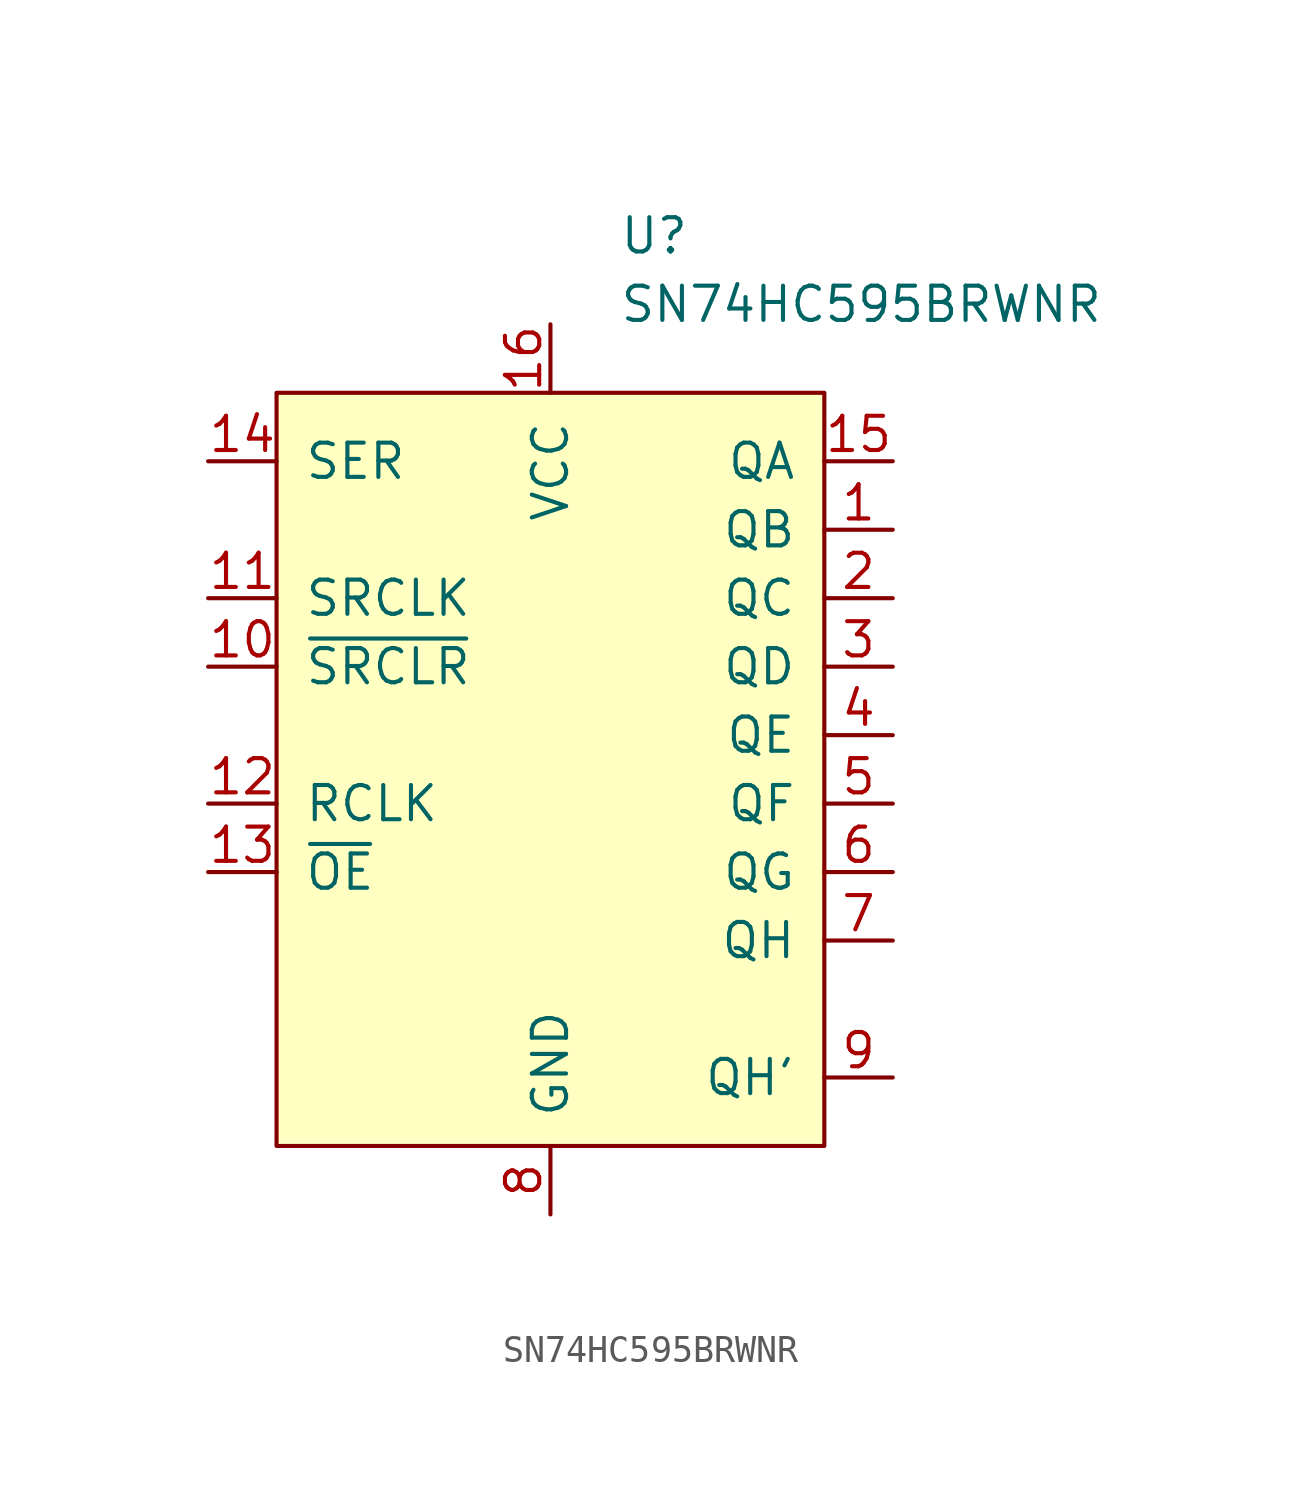
<source format=kicad_sym>
(kicad_symbol_lib
  (version 20220914)
  (generator kicad_symbol_editor)
  (symbol "SN74HC595BRWNR"
    (pin_names
      (offset 1.016))
    (property "Reference" "U"
      (at 2.54 5.08 0)
      (effects (font (size 1.27 1.27)) (justify left bottom)))
    (property "Value" "SN74HC595BRWNR"
      (at 2.54 2.54 0)
      (effects (font (size 1.27 1.27)) (justify left bottom)))
    (symbol "SN74HC595BRWNR_0_1"
      (rectangle (start -10.16 0) (end 10.16 -27.94) (stroke (width 0) (type solid)) (fill (type background))))
    (symbol "SN74HC595BRWNR_1_1"
      (pin output line (at 12.7 -5.08 180) (length 2.54) (name "QB" (effects (font (size 1.27 1.27)))) (number "1" (effects (font (size 1.27 1.27)))))
      (pin input line (at -12.7 -10.16 0) (length 2.54) (name "~{SRCLR}" (effects (font (size 1.27 1.27)))) (number "10" (effects (font (size 1.27 1.27)))))
      (pin input line (at -12.7 -7.62 0) (length 2.54) (name "SRCLK" (effects (font (size 1.27 1.27)))) (number "11" (effects (font (size 1.27 1.27)))))
      (pin input line (at -12.7 -15.24 0) (length 2.54) (name "RCLK" (effects (font (size 1.27 1.27)))) (number "12" (effects (font (size 1.27 1.27)))))
      (pin input line (at -12.7 -17.78 0) (length 2.54) (name "~{OE}" (effects (font (size 1.27 1.27)))) (number "13" (effects (font (size 1.27 1.27)))))
      (pin input line (at -12.7 -2.54 0) (length 2.54) (name "SER" (effects (font (size 1.27 1.27)))) (number "14" (effects (font (size 1.27 1.27)))))
      (pin output line (at 12.7 -2.54 180) (length 2.54) (name "QA" (effects (font (size 1.27 1.27)))) (number "15" (effects (font (size 1.27 1.27)))))
      (pin power_in line (at 0 2.54 270) (length 2.54) (name "VCC" (effects (font (size 1.27 1.27)))) (number "16" (effects (font (size 1.27 1.27)))))
      (pin output line (at 12.7 -7.62 180) (length 2.54) (name "QC" (effects (font (size 1.27 1.27)))) (number "2" (effects (font (size 1.27 1.27)))))
      (pin output line (at 12.7 -10.16 180) (length 2.54) (name "QD" (effects (font (size 1.27 1.27)))) (number "3" (effects (font (size 1.27 1.27)))))
      (pin output line (at 12.7 -12.7 180) (length 2.54) (name "QE" (effects (font (size 1.27 1.27)))) (number "4" (effects (font (size 1.27 1.27)))))
      (pin output line (at 12.7 -15.24 180) (length 2.54) (name "QF" (effects (font (size 1.27 1.27)))) (number "5" (effects (font (size 1.27 1.27)))))
      (pin output line (at 12.7 -17.78 180) (length 2.54) (name "QG" (effects (font (size 1.27 1.27)))) (number "6" (effects (font (size 1.27 1.27)))))
      (pin output line (at 12.7 -20.32 180) (length 2.54) (name "QH" (effects (font (size 1.27 1.27)))) (number "7" (effects (font (size 1.27 1.27)))))
      (pin power_in line (at 0 -30.48 90) (length 2.54) (name "GND" (effects (font (size 1.27 1.27)))) (number "8" (effects (font (size 1.27 1.27)))))
      (pin output line (at 12.7 -25.4 180) (length 2.54) (name "QH'" (effects (font (size 1.27 1.27)))) (number "9" (effects (font (size 1.27 1.27))))))))
</source>
